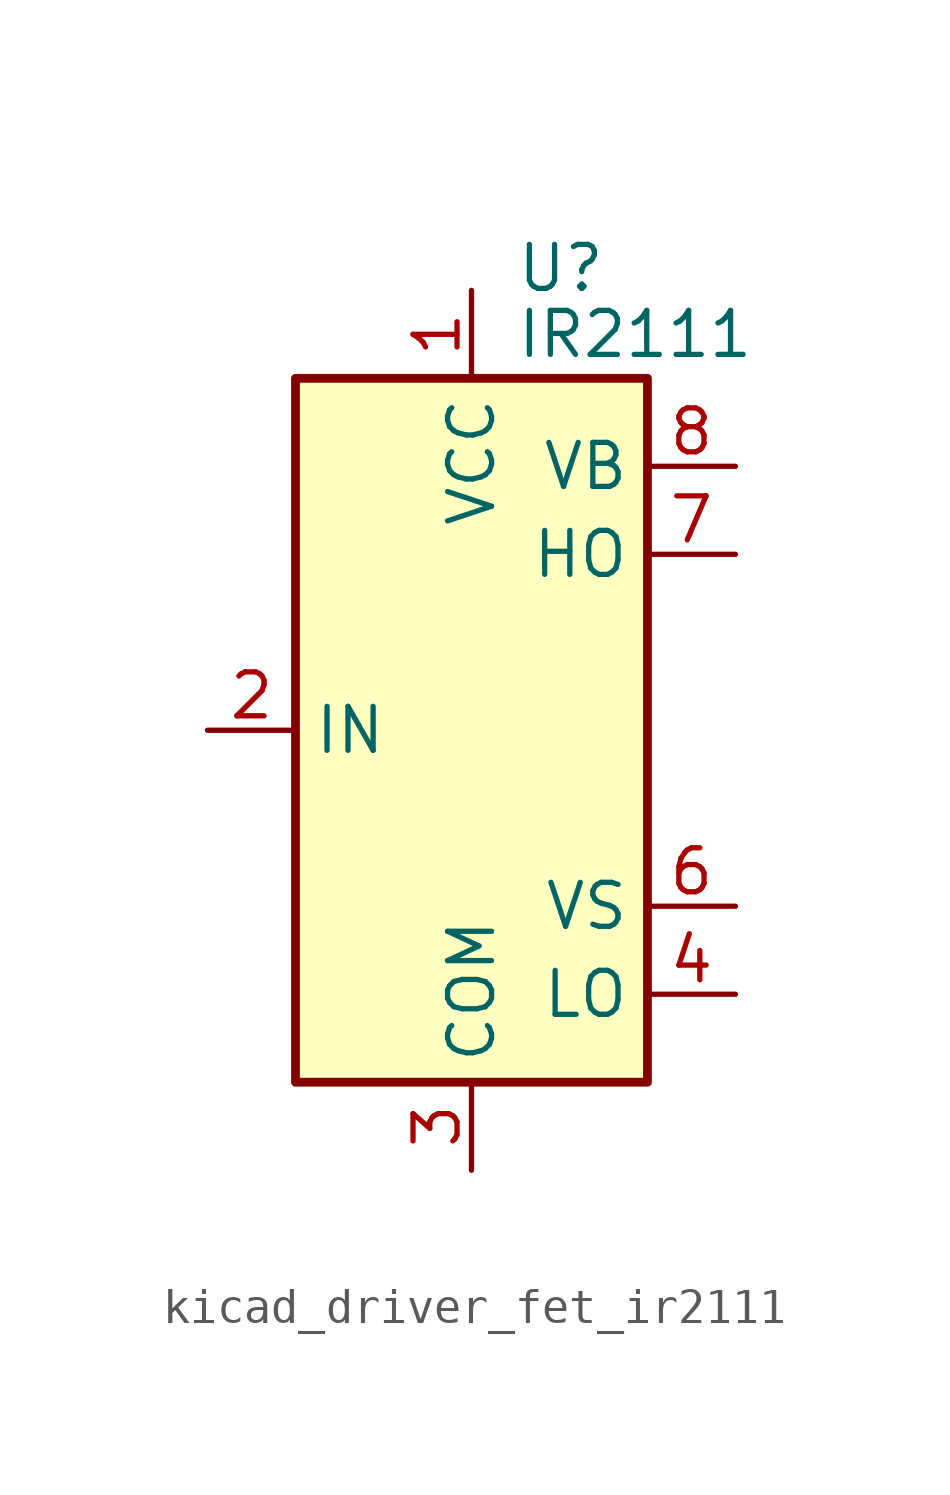
<source format=kicad_sym>
(kicad_symbol_lib
  (version 20220914)
  (generator kicad_symbol_editor)
  (symbol "kicad_driver_fet_ir2111"
    (property "Reference" "U"
      (at 1.27 13.335 0)
      (effects (font (size 1.27 1.27)) (justify left)))
    (property "Value" "IR2111"
      (at 1.27 11.43 0)
      (effects (font (size 1.27 1.27)) (justify left)))
    (symbol "kicad_driver_fet_ir2111_0_1"
      (rectangle (start -5.08 -10.16) (end 5.08 10.16) (stroke (width 0.254) (type default)) (fill (type background))))
    (symbol "kicad_driver_fet_ir2111_1_1"
      (pin power_in line (at 0 12.7 270) (length 2.54) (name "VCC" (effects (font (size 1.27 1.27)))) (number "1" (effects (font (size 1.27 1.27)))))
      (pin input line (at -7.62 0 0) (length 2.54) (name "IN" (effects (font (size 1.27 1.27)))) (number "2" (effects (font (size 1.27 1.27)))))
      (pin power_in line (at 0 -12.7 90) (length 2.54) (name "COM" (effects (font (size 1.27 1.27)))) (number "3" (effects (font (size 1.27 1.27)))))
      (pin output line (at 7.62 -7.62 180) (length 2.54) (name "LO" (effects (font (size 1.27 1.27)))) (number "4" (effects (font (size 1.27 1.27)))))
      (pin no_connect line (at -5.08 7.62 0) (length 2.54) hide (name "NC" (effects (font (size 1.27 1.27)))) (number "5" (effects (font (size 1.27 1.27)))))
      (pin passive line (at 7.62 -5.08 180) (length 2.54) (name "VS" (effects (font (size 1.27 1.27)))) (number "6" (effects (font (size 1.27 1.27)))))
      (pin output line (at 7.62 5.08 180) (length 2.54) (name "HO" (effects (font (size 1.27 1.27)))) (number "7" (effects (font (size 1.27 1.27)))))
      (pin passive line (at 7.62 7.62 180) (length 2.54) (name "VB" (effects (font (size 1.27 1.27)))) (number "8" (effects (font (size 1.27 1.27))))))))
</source>
